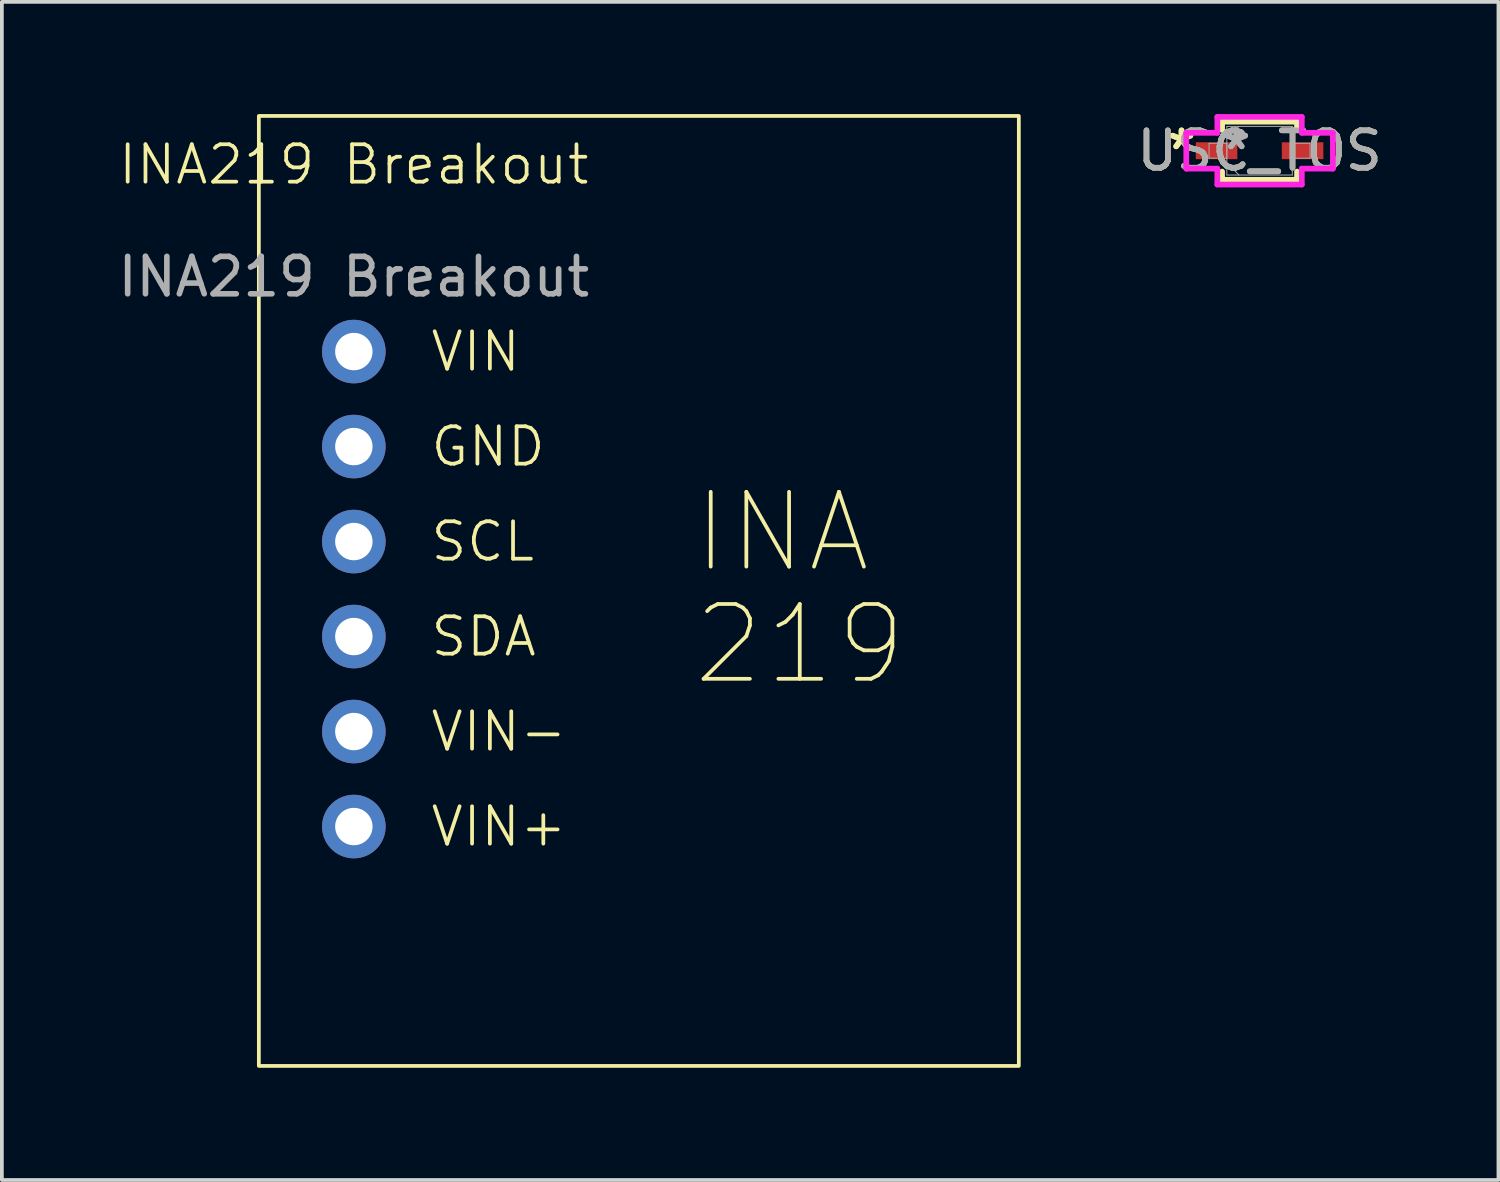
<source format=kicad_pcb>
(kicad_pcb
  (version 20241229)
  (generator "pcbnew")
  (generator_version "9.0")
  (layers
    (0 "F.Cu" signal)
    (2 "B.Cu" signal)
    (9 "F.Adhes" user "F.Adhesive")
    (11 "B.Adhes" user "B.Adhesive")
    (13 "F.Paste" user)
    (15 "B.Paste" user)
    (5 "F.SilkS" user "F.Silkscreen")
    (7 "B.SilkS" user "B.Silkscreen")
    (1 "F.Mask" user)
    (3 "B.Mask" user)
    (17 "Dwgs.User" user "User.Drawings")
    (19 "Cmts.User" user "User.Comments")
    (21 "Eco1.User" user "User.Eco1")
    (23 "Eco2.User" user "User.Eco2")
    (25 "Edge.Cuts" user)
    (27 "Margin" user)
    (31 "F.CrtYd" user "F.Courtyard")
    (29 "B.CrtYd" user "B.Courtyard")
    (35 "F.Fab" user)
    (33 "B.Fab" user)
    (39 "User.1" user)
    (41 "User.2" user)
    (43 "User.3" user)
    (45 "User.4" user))
  (footprint "INA219 Breakout"
    (layer "F.Cu")
    (at 6.411 6.35)
    (property "Reference" "INA219 Breakout" (at 0 -5 0) (unlocked yes) (layer "F.SilkS") (effects (font (size 1 1) (thickness 0.1))))
    (attr through_hole)
    (fp_rect (start -2.54 -6.3) (end 17.78 19.1) (stroke (width 0.1) (type solid)) (fill no) (layer "F.SilkS"))
    (fp_text user "VIN" (at 2 0 0) (unlocked yes) (layer "F.SilkS") (effects (font (size 1 1) (thickness 0.1)) (justify left)))
    (fp_text user "INA" (at 9 6 0) (unlocked yes) (layer "F.SilkS") (effects (font (size 2 2) (thickness 0.1)) (justify left bottom)))
    (fp_text user "SDA" (at 2 7.62 0) (unlocked yes) (layer "F.SilkS") (effects (font (size 1 1) (thickness 0.1)) (justify left)))
    (fp_text user "GND" (at 2 2.54 0) (unlocked yes) (layer "F.SilkS") (effects (font (size 1 1) (thickness 0.1)) (justify left)))
    (fp_text user "VIN-" (at 2 10.16 0) (unlocked yes) (layer "F.SilkS") (effects (font (size 1 1) (thickness 0.1)) (justify left)))
    (fp_text user "VIN+" (at 2 12.7 0) (unlocked yes) (layer "F.SilkS") (effects (font (size 1 1) (thickness 0.1)) (justify left)))
    (fp_text user "SCL" (at 2 5.08 0) (unlocked yes) (layer "F.SilkS") (effects (font (size 1 1) (thickness 0.1)) (justify left)))
    (fp_text user "219" (at 9 9 0) (unlocked yes) (layer "F.SilkS") (effects (font (size 2 2) (thickness 0.1)) (justify left bottom)))
    (fp_text user "${REFERENCE}" (at 0 -2 0) (unlocked yes) (layer "F.Fab") (effects (font (size 1 1) (thickness 0.15))))
    (pad "1" thru_hole circle (at 0 0) (size 1.7 1.7) (drill 1) (layers "*.Cu" "*.Mask"))
    (pad "2" thru_hole circle (at 0 2.54) (size 1.7 1.7) (drill 1) (layers "*.Cu" "*.Mask"))
    (pad "3" thru_hole circle (at 0 5.08) (size 1.7 1.7) (drill 1) (layers "*.Cu" "*.Mask"))
    (pad "4" thru_hole circle (at 0 7.62) (size 1.7 1.7) (drill 1) (layers "*.Cu" "*.Mask"))
    (pad "5" thru_hole circle (at 0 10.16) (size 1.7 1.7) (drill 1) (layers "*.Cu" "*.Mask"))
    (pad "6" thru_hole circle (at 0 12.7) (size 1.7 1.7) (drill 1) (layers "*.Cu" "*.Mask")))
  (footprint "USC_TOS"
    (layer "F.Cu")
    (at 30.628 0.98)
    (property "Reference" "USC_TOS" (at 0 0 0) (unlocked yes) (layer "F.SilkS") (effects (font (size 1 1) (thickness 0.15))))
    (attr smd)
    (fp_line (start -1.002 -0.777) (end -1.002 -0.558) (stroke (width 0.152) (type solid)) (layer "F.SilkS"))
    (fp_line (start -1.002 0.558) (end -1.002 0.777) (stroke (width 0.152) (type solid)) (layer "F.SilkS"))
    (fp_line (start -1.002 0.777) (end 1.002 0.777) (stroke (width 0.152) (type solid)) (layer "F.SilkS"))
    (fp_line (start 1.002 -0.777) (end -1.002 -0.777) (stroke (width 0.152) (type solid)) (layer "F.SilkS"))
    (fp_line (start 1.002 -0.558) (end 1.002 -0.777) (stroke (width 0.152) (type solid)) (layer "F.SilkS"))
    (fp_line (start 1.002 0.777) (end 1.002 0.558) (stroke (width 0.152) (type solid)) (layer "F.SilkS"))
    (fp_line (start -1.96 -0.479) (end -1.129 -0.479) (stroke (width 0.152) (type solid)) (layer "F.CrtYd"))
    (fp_line (start -1.96 0.479) (end -1.96 -0.479) (stroke (width 0.152) (type solid)) (layer "F.CrtYd"))
    (fp_line (start -1.129 -0.904) (end 1.129 -0.904) (stroke (width 0.152) (type solid)) (layer "F.CrtYd"))
    (fp_line (start -1.129 -0.479) (end -1.129 -0.904) (stroke (width 0.152) (type solid)) (layer "F.CrtYd"))
    (fp_line (start -1.129 0.479) (end -1.96 0.479) (stroke (width 0.152) (type solid)) (layer "F.CrtYd"))
    (fp_line (start -1.129 0.904) (end -1.129 0.479) (stroke (width 0.152) (type solid)) (layer "F.CrtYd"))
    (fp_line (start 1.129 -0.904) (end 1.129 -0.479) (stroke (width 0.152) (type solid)) (layer "F.CrtYd"))
    (fp_line (start 1.129 -0.479) (end 1.96 -0.479) (stroke (width 0.152) (type solid)) (layer "F.CrtYd"))
    (fp_line (start 1.129 0.479) (end 1.129 0.904) (stroke (width 0.152) (type solid)) (layer "F.CrtYd"))
    (fp_line (start 1.129 0.904) (end -1.129 0.904) (stroke (width 0.152) (type solid)) (layer "F.CrtYd"))
    (fp_line (start 1.96 -0.479) (end 1.96 0.479) (stroke (width 0.152) (type solid)) (layer "F.CrtYd"))
    (fp_line (start 1.96 0.479) (end 1.129 0.479) (stroke (width 0.152) (type solid)) (layer "F.CrtYd"))
    (fp_line (start -1.35 -0.2) (end -1.35 0.2) (stroke (width 0.025) (type solid)) (layer "F.Fab"))
    (fp_line (start -1.35 0.2) (end -0.875 0.2) (stroke (width 0.025) (type solid)) (layer "F.Fab"))
    (fp_line (start -0.875 -0.65) (end -0.875 0.65) (stroke (width 0.025) (type solid)) (layer "F.Fab"))
    (fp_line (start -0.875 -0.325) (end -0.55 -0.65) (stroke (width 0.025) (type solid)) (layer "F.Fab"))
    (fp_line (start -0.875 -0.2) (end -1.35 -0.2) (stroke (width 0.025) (type solid)) (layer "F.Fab"))
    (fp_line (start -0.875 0.2) (end -0.875 -0.2) (stroke (width 0.025) (type solid)) (layer "F.Fab"))
    (fp_line (start -0.875 0.325) (end -0.55 0.65) (stroke (width 0.025) (type solid)) (layer "F.Fab"))
    (fp_line (start -0.875 0.65) (end 0.875 0.65) (stroke (width 0.025) (type solid)) (layer "F.Fab"))
    (fp_line (start 0.875 -0.65) (end -0.875 -0.65) (stroke (width 0.025) (type solid)) (layer "F.Fab"))
    (fp_line (start 0.875 -0.2) (end 0.875 0.2) (stroke (width 0.025) (type solid)) (layer "F.Fab"))
    (fp_line (start 0.875 0.2) (end 1.35 0.2) (stroke (width 0.025) (type solid)) (layer "F.Fab"))
    (fp_line (start 0.875 0.65) (end 0.875 -0.65) (stroke (width 0.025) (type solid)) (layer "F.Fab"))
    (fp_line (start 1.35 -0.2) (end 0.875 -0.2) (stroke (width 0.025) (type solid)) (layer "F.Fab"))
    (fp_line (start 1.35 0.2) (end 1.35 -0.2) (stroke (width 0.025) (type solid)) (layer "F.Fab"))
    (fp_text user "*" (at -2.087 0 0) (layer "F.SilkS") (effects (font (size 1 1) (thickness 0.15))))
    (fp_text user "*" (at -2.087 0 0) (unlocked yes) (layer "F.SilkS") (effects (font (size 1 1) (thickness 0.15))))
    (fp_text user "${REFERENCE}" (at 0 0 0) (unlocked yes) (layer "F.Fab") (effects (font (size 1 1) (thickness 0.15))))
    (fp_text user "*" (at -0.621 0 0) (unlocked yes) (layer "F.Fab") (effects (font (size 1 1) (thickness 0.15))))
    (fp_text user "*" (at -0.621 0 0) (layer "F.Fab") (effects (font (size 1 1) (thickness 0.15))))
    (pad "1" smd rect (at -1.15 0) (size 1.111 0.451) (layers "F.Cu" "F.Mask" "F.Paste"))
    (pad "2" smd rect (at 1.15 0) (size 1.111 0.451) (layers "F.Cu" "F.Mask" "F.Paste")))
  (gr_rect
    (start -3 -3)
    (end 37.015 28.5)
    (stroke (width 0.1) (type default))
    (fill no)
    (layer "Edge.Cuts")))
</source>
